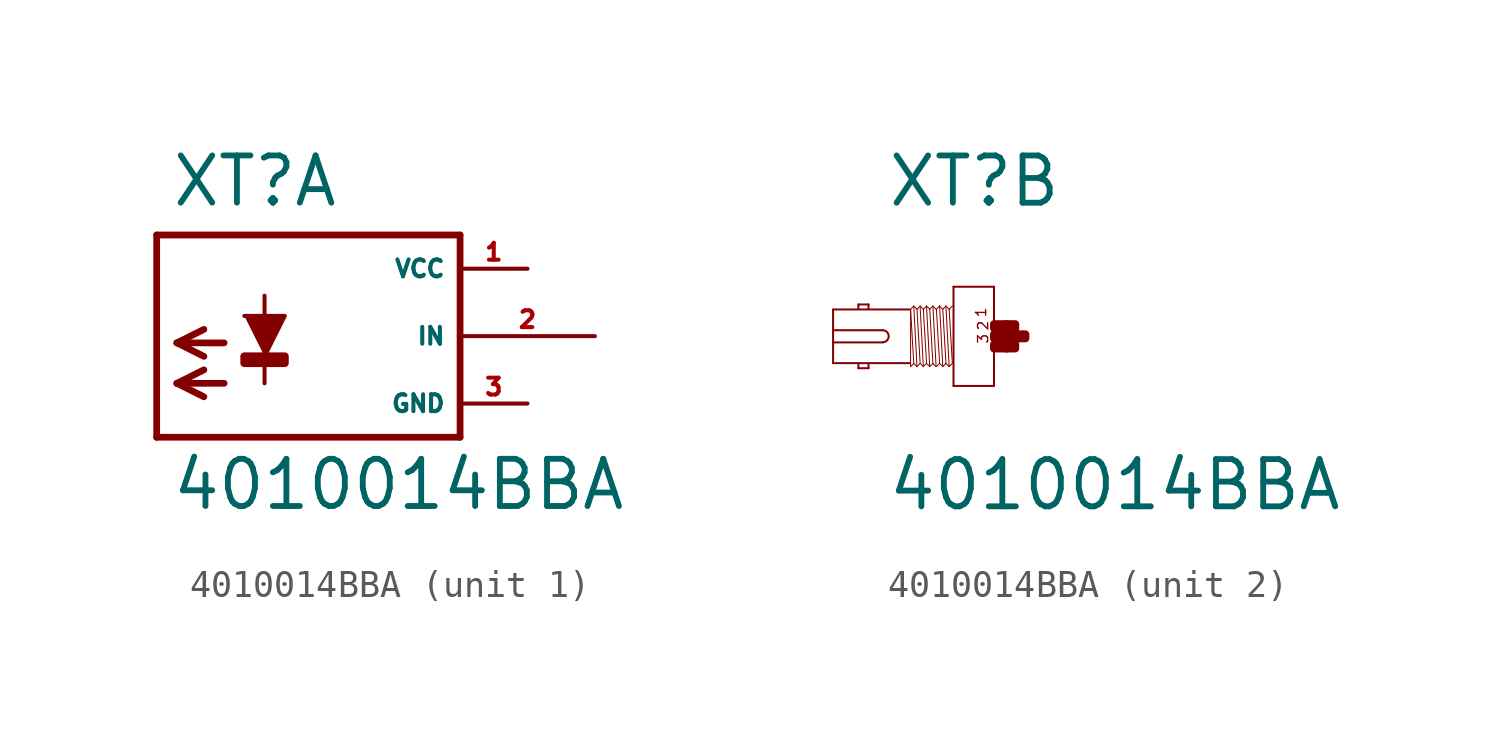
<source format=kicad_sym>
(kicad_symbol_lib
  (version 20220914)
  (generator Eagle2Kicad)
  (symbol "4010014BBA"
    (property "Reference" "XT"
      (at -3.302 4.801 0)
      (effects (font (size 1.778 1.778) (thickness 0.22)) (justify left bottom)))
    (property "Value" "4010014BBA"
      (at -3.302 -6.629 0)
      (effects (font (size 1.778 1.778) (thickness 0.22)) (justify left bottom)))
    (symbol "4010014BBA_1_0"
      (polyline (pts (xy 0.254 -0.762) (xy 1.016 0.762) (xy -0.508 0.762)) (stroke (width 0.152) (type default)) (fill (type outline)))
      (polyline (pts (xy -1.27 -0.254) (xy -3.048 -0.254)) (stroke (width 0.254) (type default)) (fill (type none)))
      (polyline (pts (xy -3.048 -0.254) (xy -2.032 -0.762)) (stroke (width 0.254) (type default)) (fill (type none)))
      (polyline (pts (xy -3.048 -0.254) (xy -2.032 0.254)) (stroke (width 0.254) (type default)) (fill (type none)))
      (polyline (pts (xy -1.27 -1.778) (xy -3.048 -1.778)) (stroke (width 0.254) (type default)) (fill (type none)))
      (polyline (pts (xy -3.048 -1.778) (xy -2.032 -2.286)) (stroke (width 0.254) (type default)) (fill (type none)))
      (polyline (pts (xy -3.048 -1.778) (xy -2.032 -1.27)) (stroke (width 0.254) (type default)) (fill (type none)))
      (polyline (pts (xy 0.254 -1.778) (xy 0.254 1.524)) (stroke (width 0.152) (type default)) (fill (type none)))
      (polyline (pts (xy 7.62 3.81) (xy -3.81 3.81)) (stroke (width 0.254) (type default)) (fill (type none)))
      (polyline (pts (xy -3.81 3.81) (xy -3.81 -3.81)) (stroke (width 0.254) (type default)) (fill (type none)))
      (polyline (pts (xy -3.81 -3.81) (xy 7.62 -3.81)) (stroke (width 0.254) (type default)) (fill (type none)))
      (polyline (pts (xy 7.62 -3.81) (xy 7.62 3.81)) (stroke (width 0.254) (type default)) (fill (type none)))
      (rectangle (start -0.508 -1.016) (end 1.016 -0.762) (stroke (width 0.3) (type default)) (fill (type outline)))
      (pin unspecified line (at 10.16 2.54 180) (length 2.54) (name "VCC" (effects (font (size 0.635 0.635) (thickness 0.08)) (justify left bottom))) (number "1" (effects (font (size 0.635 0.635) (thickness 0.08)) (justify left bottom))))
      (pin unspecified line (at 10.16 -2.54 180) (length 2.54) (name "GND" (effects (font (size 0.635 0.635) (thickness 0.08)) (justify left bottom))) (number "3" (effects (font (size 0.635 0.635) (thickness 0.08)) (justify left bottom))))
      (pin input line (at 12.7 0 180) (length 5.08) (name "IN" (effects (font (size 0.635 0.635) (thickness 0.08)) (justify left bottom))) (number "2" (effects (font (size 0.635 0.635) (thickness 0.08)) (justify left bottom)))))
    (symbol "4010014BBA_2_0"
      (polyline (pts (xy 0.762 1.867) (xy 0.762 -1.867)) (stroke (width 0.076) (type default)) (fill (type none)))
      (polyline (pts (xy 0.762 -1.867) (xy -0.762 -1.867)) (stroke (width 0.076) (type default)) (fill (type none)))
      (polyline (pts (xy -0.762 -1.867) (xy -0.762 1.867)) (stroke (width 0.076) (type default)) (fill (type none)))
      (polyline (pts (xy -0.762 1.867) (xy 0.762 1.867)) (stroke (width 0.076) (type default)) (fill (type none)))
      (polyline (pts (xy -2.419 1.01) (xy -5.296 1.01)) (stroke (width 0.076) (type default)) (fill (type none)))
      (polyline (pts (xy -5.296 1.01) (xy -5.296 0.229)) (stroke (width 0.076) (type default)) (fill (type none)))
      (polyline (pts (xy -5.296 0.229) (xy -5.296 -0.229)) (stroke (width 0.076) (type default)) (fill (type none)))
      (polyline (pts (xy -5.296 -0.229) (xy -5.296 -1.01)) (stroke (width 0.076) (type default)) (fill (type none)))
      (polyline (pts (xy -5.296 -1.01) (xy -2.419 -1.01)) (stroke (width 0.076) (type default)) (fill (type none)))
      (polyline (pts (xy -3.962 -1.029) (xy -3.962 -1.2)) (stroke (width 0.076) (type default)) (fill (type none)))
      (polyline (pts (xy -3.962 -1.2) (xy -4.343 -1.2)) (stroke (width 0.076) (type default)) (fill (type none)))
      (polyline (pts (xy -4.343 -1.2) (xy -4.343 -1.029)) (stroke (width 0.076) (type default)) (fill (type none)))
      (polyline (pts (xy -4.343 1.029) (xy -4.343 1.2)) (stroke (width 0.076) (type default)) (fill (type none)))
      (polyline (pts (xy -4.343 1.2) (xy -3.962 1.2)) (stroke (width 0.076) (type default)) (fill (type none)))
      (polyline (pts (xy -3.962 1.2) (xy -3.962 1.029)) (stroke (width 0.076) (type default)) (fill (type none)))
      (polyline (pts (xy -2.258 1.14) (xy -2.138 -1.14)) (stroke (width 0.038) (type default)) (fill (type none)))
      (polyline (pts (xy -2.018 1.099) (xy -1.898 -1.14)) (stroke (width 0.038) (type default)) (fill (type none)))
      (polyline (pts (xy -1.898 1.02) (xy -1.778 -1.02)) (stroke (width 0.038) (type default)) (fill (type none)))
      (polyline (pts (xy -1.778 1.14) (xy -1.658 -1.14)) (stroke (width 0.038) (type default)) (fill (type none)))
      (polyline (pts (xy -1.538 1.14) (xy -1.418 -1.14)) (stroke (width 0.038) (type default)) (fill (type none)))
      (polyline (pts (xy -2.378 -1.14) (xy -2.378 0.999)) (stroke (width 0.038) (type default)) (fill (type none)))
      (polyline (pts (xy -2.378 -1.14) (xy -2.258 -1.02)) (stroke (width 0.038) (type default)) (fill (type none)))
      (polyline (pts (xy -2.258 -1.02) (xy -2.138 -1.14)) (stroke (width 0.038) (type default)) (fill (type none)))
      (polyline (pts (xy -2.138 -1.14) (xy -2.018 -1.02)) (stroke (width 0.038) (type default)) (fill (type none)))
      (polyline (pts (xy -2.018 -1.02) (xy -1.898 -1.14)) (stroke (width 0.038) (type default)) (fill (type none)))
      (polyline (pts (xy -1.898 -1.14) (xy -1.778 -1.02)) (stroke (width 0.038) (type default)) (fill (type none)))
      (polyline (pts (xy -1.778 -1.02) (xy -1.658 -1.14)) (stroke (width 0.038) (type default)) (fill (type none)))
      (polyline (pts (xy -1.658 -1.14) (xy -1.538 -1.02)) (stroke (width 0.038) (type default)) (fill (type none)))
      (polyline (pts (xy -1.538 -1.02) (xy -1.418 -1.14)) (stroke (width 0.038) (type default)) (fill (type none)))
      (polyline (pts (xy -2.378 1.02) (xy -2.258 1.14)) (stroke (width 0.038) (type default)) (fill (type none)))
      (polyline (pts (xy -2.258 1.14) (xy -2.138 1.02)) (stroke (width 0.038) (type default)) (fill (type none)))
      (polyline (pts (xy -2.138 1.02) (xy -2.018 1.14)) (stroke (width 0.038) (type default)) (fill (type none)))
      (polyline (pts (xy -2.018 1.14) (xy -1.898 1.02)) (stroke (width 0.038) (type default)) (fill (type none)))
      (polyline (pts (xy -1.898 1.02) (xy -1.778 1.14)) (stroke (width 0.038) (type default)) (fill (type none)))
      (polyline (pts (xy -1.778 1.14) (xy -1.658 1.02)) (stroke (width 0.038) (type default)) (fill (type none)))
      (polyline (pts (xy -1.658 1.02) (xy -1.538 1.14)) (stroke (width 0.038) (type default)) (fill (type none)))
      (polyline (pts (xy -1.538 1.14) (xy -1.418 1.02)) (stroke (width 0.038) (type default)) (fill (type none)))
      (polyline (pts (xy -2.138 1.02) (xy -2.018 -1.02)) (stroke (width 0.038) (type default)) (fill (type none)))
      (polyline (pts (xy -1.658 1.02) (xy -1.538 -1.02)) (stroke (width 0.038) (type default)) (fill (type none)))
      (polyline (pts (xy -2.378 1.02) (xy -2.258 -1.02)) (stroke (width 0.038) (type default)) (fill (type none)))
      (polyline (pts (xy -1.286 1.14) (xy -1.166 -1.14)) (stroke (width 0.038) (type default)) (fill (type none)))
      (polyline (pts (xy -1.046 1.099) (xy -0.926 -1.14)) (stroke (width 0.038) (type default)) (fill (type none)))
      (polyline (pts (xy -0.926 1.02) (xy -0.806 -1.02)) (stroke (width 0.038) (type default)) (fill (type none)))
      (polyline (pts (xy -1.406 -1.14) (xy -1.286 -1.02)) (stroke (width 0.038) (type default)) (fill (type none)))
      (polyline (pts (xy -1.286 -1.02) (xy -1.166 -1.14)) (stroke (width 0.038) (type default)) (fill (type none)))
      (polyline (pts (xy -1.166 -1.14) (xy -1.046 -1.02)) (stroke (width 0.038) (type default)) (fill (type none)))
      (polyline (pts (xy -1.046 -1.02) (xy -0.926 -1.14)) (stroke (width 0.038) (type default)) (fill (type none)))
      (polyline (pts (xy -0.926 -1.14) (xy -0.806 -1.02)) (stroke (width 0.038) (type default)) (fill (type none)))
      (polyline (pts (xy -1.406 1.02) (xy -1.286 1.14)) (stroke (width 0.038) (type default)) (fill (type none)))
      (polyline (pts (xy -1.286 1.14) (xy -1.166 1.02)) (stroke (width 0.038) (type default)) (fill (type none)))
      (polyline (pts (xy -1.166 1.02) (xy -1.046 1.14)) (stroke (width 0.038) (type default)) (fill (type none)))
      (polyline (pts (xy -1.046 1.14) (xy -0.926 1.02)) (stroke (width 0.038) (type default)) (fill (type none)))
      (polyline (pts (xy -0.926 1.02) (xy -0.806 1.14)) (stroke (width 0.038) (type default)) (fill (type none)))
      (polyline (pts (xy -1.166 1.02) (xy -1.046 -1.02)) (stroke (width 0.038) (type default)) (fill (type none)))
      (polyline (pts (xy -1.406 1.02) (xy -1.286 -1.02)) (stroke (width 0.038) (type default)) (fill (type none)))
      (polyline (pts (xy -5.296 -0.229) (xy -3.429 -0.229)) (stroke (width 0.076) (type default)) (fill (type none)))
      (polyline (pts (xy -3.429 0.229) (xy -5.296 0.229)) (stroke (width 0.076) (type default)) (fill (type none)))
      (arc (start -3.429 -0.2286) (mid -3.200 0.000) (end -3.429 0.2286) (stroke (width 0.0762) (type default)) (fill (type none)))
      (text "1" (at 0.495 0.686 1800) (effects (font (size 0.381 0.381) (thickness 0.05)) (justify left bottom)))
      (text "3" (at 0.572 -0.305 1800) (effects (font (size 0.381 0.381) (thickness 0.05)) (justify left bottom)))
      (text "2" (at 0.572 0.191 1800) (effects (font (size 0.381 0.381) (thickness 0.05)) (justify left bottom)))
      (rectangle (start 0.762 -0.457) (end 1.257 -0.305) (stroke (width 0.3) (type default)) (fill (type outline)))
      (rectangle (start 0.762 -0.076) (end 1.638 0.076) (stroke (width 0.3) (type default)) (fill (type outline)))
      (rectangle (start 1.219 -0.457) (end 1.562 -0.305) (stroke (width 0.3) (type default)) (fill (type outline)))
      (rectangle (start 1.6 -0.076) (end 1.943 0.076) (stroke (width 0.3) (type default)) (fill (type outline)))
      (rectangle (start 1.219 0.305) (end 1.562 0.457) (stroke (width 0.3) (type default)) (fill (type outline)))
      (rectangle (start 0.762 0.305) (end 1.257 0.457) (stroke (width 0.3) (type default)) (fill (type outline))))))
</source>
